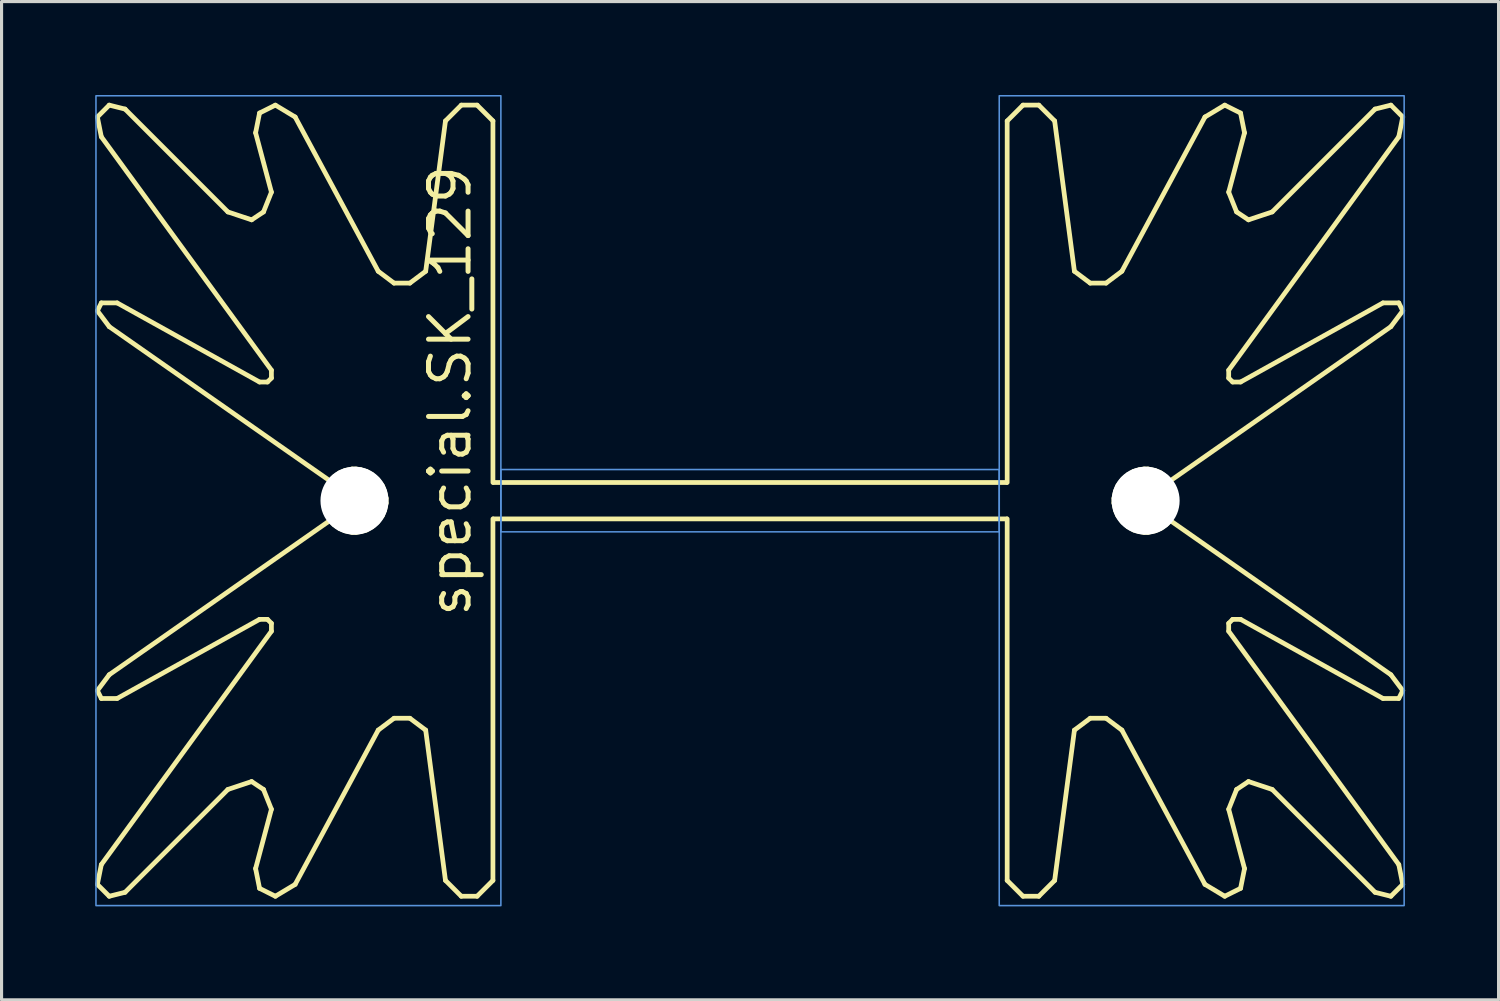
<source format=kicad_pcb>
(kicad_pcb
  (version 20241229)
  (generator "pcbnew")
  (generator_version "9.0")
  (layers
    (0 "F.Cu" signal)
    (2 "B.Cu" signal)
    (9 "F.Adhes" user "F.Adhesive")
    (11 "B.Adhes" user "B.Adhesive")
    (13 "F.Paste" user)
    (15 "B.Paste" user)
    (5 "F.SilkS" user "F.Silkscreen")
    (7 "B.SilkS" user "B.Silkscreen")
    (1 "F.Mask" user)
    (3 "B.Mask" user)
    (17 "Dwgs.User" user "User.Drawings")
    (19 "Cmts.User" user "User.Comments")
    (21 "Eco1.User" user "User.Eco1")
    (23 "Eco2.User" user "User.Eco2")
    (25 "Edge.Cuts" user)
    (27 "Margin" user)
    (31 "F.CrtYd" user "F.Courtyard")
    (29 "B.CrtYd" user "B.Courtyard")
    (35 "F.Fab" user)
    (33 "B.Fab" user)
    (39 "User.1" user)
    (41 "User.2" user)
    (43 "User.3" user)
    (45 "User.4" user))
  (footprint "special.SK_129"
    (layer "F.Cu")
    (at 21.031 13.025)
    (property "Reference" "special.SK_129" (at -8.89 3.81 90) (layer "F.SilkS") (effects (font (size 1.27 1.27) (thickness 0.16)) (justify left bottom)))
    (fp_line (start -20.955 -12.319) (end -20.828 -11.684) (stroke (width 0.152) (type default)) (layer "F.SilkS"))
    (fp_line (start -20.955 -6.096) (end -20.828 -6.35) (stroke (width 0.152) (type default)) (layer "F.SilkS"))
    (fp_line (start -20.955 -6.096) (end -20.574 -5.588) (stroke (width 0.152) (type default)) (layer "F.SilkS"))
    (fp_line (start -20.955 6.096) (end -20.828 6.35) (stroke (width 0.152) (type default)) (layer "F.SilkS"))
    (fp_line (start -20.955 6.096) (end -20.574 5.588) (stroke (width 0.152) (type default)) (layer "F.SilkS"))
    (fp_line (start -20.955 12.319) (end -20.828 11.684) (stroke (width 0.152) (type default)) (layer "F.SilkS"))
    (fp_line (start -20.828 -6.35) (end -20.32 -6.35) (stroke (width 0.152) (type default)) (layer "F.SilkS"))
    (fp_line (start -20.828 6.35) (end -20.32 6.35) (stroke (width 0.152) (type default)) (layer "F.SilkS"))
    (fp_line (start -20.574 -12.7) (end -20.955 -12.319) (stroke (width 0.152) (type default)) (layer "F.SilkS"))
    (fp_line (start -20.574 -5.588) (end -13.487 -0.635) (stroke (width 0.152) (type default)) (layer "F.SilkS"))
    (fp_line (start -20.574 5.588) (end -13.487 0.635) (stroke (width 0.152) (type default)) (layer "F.SilkS"))
    (fp_line (start -20.574 12.7) (end -20.955 12.319) (stroke (width 0.152) (type default)) (layer "F.SilkS"))
    (fp_line (start -20.066 -12.573) (end -20.574 -12.7) (stroke (width 0.152) (type default)) (layer "F.SilkS"))
    (fp_line (start -20.066 12.573) (end -20.574 12.7) (stroke (width 0.152) (type default)) (layer "F.SilkS"))
    (fp_line (start -16.764 -9.271) (end -20.066 -12.573) (stroke (width 0.152) (type default)) (layer "F.SilkS"))
    (fp_line (start -16.764 9.271) (end -20.066 12.573) (stroke (width 0.152) (type default)) (layer "F.SilkS"))
    (fp_line (start -16.002 -9.017) (end -16.764 -9.271) (stroke (width 0.152) (type default)) (layer "F.SilkS"))
    (fp_line (start -16.002 -9.017) (end -15.621 -9.271) (stroke (width 0.152) (type default)) (layer "F.SilkS"))
    (fp_line (start -16.002 9.017) (end -16.764 9.271) (stroke (width 0.152) (type default)) (layer "F.SilkS"))
    (fp_line (start -16.002 9.017) (end -15.621 9.271) (stroke (width 0.152) (type default)) (layer "F.SilkS"))
    (fp_line (start -15.748 -12.446) (end -15.875 -11.811) (stroke (width 0.152) (type default)) (layer "F.SilkS"))
    (fp_line (start -15.748 -3.81) (end -20.32 -6.35) (stroke (width 0.152) (type default)) (layer "F.SilkS"))
    (fp_line (start -15.748 -3.81) (end -15.494 -3.81) (stroke (width 0.152) (type default)) (layer "F.SilkS"))
    (fp_line (start -15.748 3.81) (end -20.32 6.35) (stroke (width 0.152) (type default)) (layer "F.SilkS"))
    (fp_line (start -15.748 3.81) (end -15.494 3.81) (stroke (width 0.152) (type default)) (layer "F.SilkS"))
    (fp_line (start -15.748 12.446) (end -15.875 11.811) (stroke (width 0.152) (type default)) (layer "F.SilkS"))
    (fp_line (start -15.621 -9.271) (end -15.367 -9.906) (stroke (width 0.152) (type default)) (layer "F.SilkS"))
    (fp_line (start -15.621 9.271) (end -15.367 9.906) (stroke (width 0.152) (type default)) (layer "F.SilkS"))
    (fp_line (start -15.494 -3.81) (end -15.367 -3.937) (stroke (width 0.152) (type default)) (layer "F.SilkS"))
    (fp_line (start -15.494 3.81) (end -15.367 3.937) (stroke (width 0.152) (type default)) (layer "F.SilkS"))
    (fp_line (start -15.367 -9.906) (end -15.875 -11.811) (stroke (width 0.152) (type default)) (layer "F.SilkS"))
    (fp_line (start -15.367 -4.191) (end -20.828 -11.684) (stroke (width 0.152) (type default)) (layer "F.SilkS"))
    (fp_line (start -15.367 -3.937) (end -15.367 -4.191) (stroke (width 0.152) (type default)) (layer "F.SilkS"))
    (fp_line (start -15.367 3.937) (end -15.367 4.191) (stroke (width 0.152) (type default)) (layer "F.SilkS"))
    (fp_line (start -15.367 4.191) (end -20.828 11.684) (stroke (width 0.152) (type default)) (layer "F.SilkS"))
    (fp_line (start -15.367 9.906) (end -15.875 11.811) (stroke (width 0.152) (type default)) (layer "F.SilkS"))
    (fp_line (start -15.24 -12.7) (end -15.748 -12.446) (stroke (width 0.152) (type default)) (layer "F.SilkS"))
    (fp_line (start -15.24 12.7) (end -15.748 12.446) (stroke (width 0.152) (type default)) (layer "F.SilkS"))
    (fp_line (start -14.605 -12.319) (end -15.24 -12.7) (stroke (width 0.152) (type default)) (layer "F.SilkS"))
    (fp_line (start -14.605 12.319) (end -15.24 12.7) (stroke (width 0.152) (type default)) (layer "F.SilkS"))
    (fp_line (start -13.487 -0.635) (end -13.36 -0.762) (stroke (width 0.152) (type default)) (layer "F.SilkS"))
    (fp_line (start -13.487 0.635) (end -13.36 0.762) (stroke (width 0.152) (type default)) (layer "F.SilkS"))
    (fp_line (start -13.36 -0.762) (end -13.183 -0.889) (stroke (width 0.152) (type default)) (layer "F.SilkS"))
    (fp_line (start -13.36 0.762) (end -13.183 0.889) (stroke (width 0.152) (type default)) (layer "F.SilkS"))
    (fp_line (start -13.183 -0.889) (end -13.005 -0.965) (stroke (width 0.152) (type default)) (layer "F.SilkS"))
    (fp_line (start -13.183 0.889) (end -13.005 0.965) (stroke (width 0.152) (type default)) (layer "F.SilkS"))
    (fp_line (start -13.005 -0.965) (end -12.776 -1.016) (stroke (width 0.152) (type default)) (layer "F.SilkS"))
    (fp_line (start -13.005 0.965) (end -12.776 1.016) (stroke (width 0.152) (type default)) (layer "F.SilkS"))
    (fp_line (start -12.776 -1.016) (end -12.649 -1.016) (stroke (width 0.152) (type default)) (layer "F.SilkS"))
    (fp_line (start -12.776 1.016) (end -12.649 1.016) (stroke (width 0.152) (type default)) (layer "F.SilkS"))
    (fp_line (start -12.649 -1.016) (end -12.497 -0.991) (stroke (width 0.152) (type default)) (layer "F.SilkS"))
    (fp_line (start -12.649 1.016) (end -12.497 0.991) (stroke (width 0.152) (type default)) (layer "F.SilkS"))
    (fp_line (start -12.497 -0.991) (end -12.319 -0.94) (stroke (width 0.152) (type default)) (layer "F.SilkS"))
    (fp_line (start -12.497 0.991) (end -12.319 0.94) (stroke (width 0.152) (type default)) (layer "F.SilkS"))
    (fp_line (start -12.319 -0.94) (end -12.141 -0.838) (stroke (width 0.152) (type default)) (layer "F.SilkS"))
    (fp_line (start -12.319 0.94) (end -12.141 0.838) (stroke (width 0.152) (type default)) (layer "F.SilkS"))
    (fp_line (start -12.141 -0.838) (end -11.963 -0.686) (stroke (width 0.152) (type default)) (layer "F.SilkS"))
    (fp_line (start -12.141 0.838) (end -11.963 0.686) (stroke (width 0.152) (type default)) (layer "F.SilkS"))
    (fp_line (start -11.963 -0.686) (end -11.811 -0.483) (stroke (width 0.152) (type default)) (layer "F.SilkS"))
    (fp_line (start -11.963 0.686) (end -11.811 0.483) (stroke (width 0.152) (type default)) (layer "F.SilkS"))
    (fp_line (start -11.938 -7.366) (end -14.605 -12.319) (stroke (width 0.152) (type default)) (layer "F.SilkS"))
    (fp_line (start -11.938 -7.366) (end -11.43 -6.985) (stroke (width 0.152) (type default)) (layer "F.SilkS"))
    (fp_line (start -11.938 7.366) (end -14.605 12.319) (stroke (width 0.152) (type default)) (layer "F.SilkS"))
    (fp_line (start -11.938 7.366) (end -11.43 6.985) (stroke (width 0.152) (type default)) (layer "F.SilkS"))
    (fp_line (start -11.811 -0.483) (end -11.735 -0.305) (stroke (width 0.152) (type default)) (layer "F.SilkS"))
    (fp_line (start -11.811 0.483) (end -11.735 0.305) (stroke (width 0.152) (type default)) (layer "F.SilkS"))
    (fp_line (start -11.735 -0.305) (end -11.684 -0.076) (stroke (width 0.152) (type default)) (layer "F.SilkS"))
    (fp_line (start -11.735 0.305) (end -11.684 0.076) (stroke (width 0.152) (type default)) (layer "F.SilkS"))
    (fp_line (start -11.684 0.076) (end -11.684 -0.076) (stroke (width 0.152) (type default)) (layer "F.SilkS"))
    (fp_line (start -11.43 -6.985) (end -10.922 -6.985) (stroke (width 0.152) (type default)) (layer "F.SilkS"))
    (fp_line (start -11.43 6.985) (end -10.922 6.985) (stroke (width 0.152) (type default)) (layer "F.SilkS"))
    (fp_line (start -10.922 -6.985) (end -10.414 -7.366) (stroke (width 0.152) (type default)) (layer "F.SilkS"))
    (fp_line (start -10.922 6.985) (end -10.414 7.366) (stroke (width 0.152) (type default)) (layer "F.SilkS"))
    (fp_line (start -10.414 -7.366) (end -9.779 -12.192) (stroke (width 0.152) (type default)) (layer "F.SilkS"))
    (fp_line (start -10.414 7.366) (end -9.779 12.192) (stroke (width 0.152) (type default)) (layer "F.SilkS"))
    (fp_line (start -9.271 -12.7) (end -9.779 -12.192) (stroke (width 0.152) (type default)) (layer "F.SilkS"))
    (fp_line (start -9.271 -12.7) (end -8.763 -12.7) (stroke (width 0.152) (type default)) (layer "F.SilkS"))
    (fp_line (start -9.271 12.7) (end -9.779 12.192) (stroke (width 0.152) (type default)) (layer "F.SilkS"))
    (fp_line (start -9.271 12.7) (end -8.763 12.7) (stroke (width 0.152) (type default)) (layer "F.SilkS"))
    (fp_line (start -8.763 -12.7) (end -8.255 -12.192) (stroke (width 0.152) (type default)) (layer "F.SilkS"))
    (fp_line (start -8.763 12.7) (end -8.255 12.192) (stroke (width 0.152) (type default)) (layer "F.SilkS"))
    (fp_line (start -8.255 -0.584) (end -8.255 -12.192) (stroke (width 0.152) (type default)) (layer "F.SilkS"))
    (fp_line (start -8.255 0.584) (end -8.255 12.192) (stroke (width 0.152) (type default)) (layer "F.SilkS"))
    (fp_line (start 8.255 -0.584) (end 8.255 -12.192) (stroke (width 0.152) (type default)) (layer "F.SilkS"))
    (fp_line (start 8.255 0.584) (end 8.255 12.192) (stroke (width 0.152) (type default)) (layer "F.SilkS"))
    (fp_line (start 8.763 -12.7) (end 8.255 -12.192) (stroke (width 0.152) (type default)) (layer "F.SilkS"))
    (fp_line (start 8.763 12.7) (end 8.255 12.192) (stroke (width 0.152) (type default)) (layer "F.SilkS"))
    (fp_line (start 9.271 -12.7) (end 8.763 -12.7) (stroke (width 0.152) (type default)) (layer "F.SilkS"))
    (fp_line (start 9.271 -12.7) (end 9.779 -12.192) (stroke (width 0.152) (type default)) (layer "F.SilkS"))
    (fp_line (start 9.271 12.7) (end 8.763 12.7) (stroke (width 0.152) (type default)) (layer "F.SilkS"))
    (fp_line (start 9.271 12.7) (end 9.779 12.192) (stroke (width 0.152) (type default)) (layer "F.SilkS"))
    (fp_line (start 10.414 -7.366) (end 9.779 -12.192) (stroke (width 0.152) (type default)) (layer "F.SilkS"))
    (fp_line (start 10.414 7.366) (end 9.779 12.192) (stroke (width 0.152) (type default)) (layer "F.SilkS"))
    (fp_line (start 10.922 -6.985) (end 10.414 -7.366) (stroke (width 0.152) (type default)) (layer "F.SilkS"))
    (fp_line (start 10.922 6.985) (end 10.414 7.366) (stroke (width 0.152) (type default)) (layer "F.SilkS"))
    (fp_line (start 11.43 -6.985) (end 10.922 -6.985) (stroke (width 0.152) (type default)) (layer "F.SilkS"))
    (fp_line (start 11.43 6.985) (end 10.922 6.985) (stroke (width 0.152) (type default)) (layer "F.SilkS"))
    (fp_line (start 11.684 -0.076) (end 11.684 0.076) (stroke (width 0.152) (type default)) (layer "F.SilkS"))
    (fp_line (start 11.735 -0.305) (end 11.684 -0.076) (stroke (width 0.152) (type default)) (layer "F.SilkS"))
    (fp_line (start 11.735 0.305) (end 11.684 0.076) (stroke (width 0.152) (type default)) (layer "F.SilkS"))
    (fp_line (start 11.811 -0.483) (end 11.735 -0.305) (stroke (width 0.152) (type default)) (layer "F.SilkS"))
    (fp_line (start 11.811 0.483) (end 11.735 0.305) (stroke (width 0.152) (type default)) (layer "F.SilkS"))
    (fp_line (start 11.938 -7.366) (end 11.43 -6.985) (stroke (width 0.152) (type default)) (layer "F.SilkS"))
    (fp_line (start 11.938 -7.366) (end 14.605 -12.319) (stroke (width 0.152) (type default)) (layer "F.SilkS"))
    (fp_line (start 11.938 7.366) (end 11.43 6.985) (stroke (width 0.152) (type default)) (layer "F.SilkS"))
    (fp_line (start 11.938 7.366) (end 14.605 12.319) (stroke (width 0.152) (type default)) (layer "F.SilkS"))
    (fp_line (start 11.963 -0.686) (end 11.811 -0.483) (stroke (width 0.152) (type default)) (layer "F.SilkS"))
    (fp_line (start 11.963 0.686) (end 11.811 0.483) (stroke (width 0.152) (type default)) (layer "F.SilkS"))
    (fp_line (start 12.141 -0.838) (end 11.963 -0.686) (stroke (width 0.152) (type default)) (layer "F.SilkS"))
    (fp_line (start 12.141 0.838) (end 11.963 0.686) (stroke (width 0.152) (type default)) (layer "F.SilkS"))
    (fp_line (start 12.319 -0.94) (end 12.141 -0.838) (stroke (width 0.152) (type default)) (layer "F.SilkS"))
    (fp_line (start 12.319 0.94) (end 12.141 0.838) (stroke (width 0.152) (type default)) (layer "F.SilkS"))
    (fp_line (start 12.497 -0.991) (end 12.319 -0.94) (stroke (width 0.152) (type default)) (layer "F.SilkS"))
    (fp_line (start 12.497 0.991) (end 12.319 0.94) (stroke (width 0.152) (type default)) (layer "F.SilkS"))
    (fp_line (start 12.649 -1.016) (end 12.497 -0.991) (stroke (width 0.152) (type default)) (layer "F.SilkS"))
    (fp_line (start 12.649 1.016) (end 12.497 0.991) (stroke (width 0.152) (type default)) (layer "F.SilkS"))
    (fp_line (start 12.776 -1.016) (end 12.649 -1.016) (stroke (width 0.152) (type default)) (layer "F.SilkS"))
    (fp_line (start 12.776 1.016) (end 12.649 1.016) (stroke (width 0.152) (type default)) (layer "F.SilkS"))
    (fp_line (start 13.005 -0.965) (end 12.776 -1.016) (stroke (width 0.152) (type default)) (layer "F.SilkS"))
    (fp_line (start 13.005 0.965) (end 12.776 1.016) (stroke (width 0.152) (type default)) (layer "F.SilkS"))
    (fp_line (start 13.183 -0.889) (end 13.005 -0.965) (stroke (width 0.152) (type default)) (layer "F.SilkS"))
    (fp_line (start 13.183 0.889) (end 13.005 0.965) (stroke (width 0.152) (type default)) (layer "F.SilkS"))
    (fp_line (start 13.36 -0.762) (end 13.183 -0.889) (stroke (width 0.152) (type default)) (layer "F.SilkS"))
    (fp_line (start 13.36 0.762) (end 13.183 0.889) (stroke (width 0.152) (type default)) (layer "F.SilkS"))
    (fp_line (start 13.487 -0.635) (end 13.36 -0.762) (stroke (width 0.152) (type default)) (layer "F.SilkS"))
    (fp_line (start 13.487 0.635) (end 13.36 0.762) (stroke (width 0.152) (type default)) (layer "F.SilkS"))
    (fp_line (start 14.605 -12.319) (end 15.24 -12.7) (stroke (width 0.152) (type default)) (layer "F.SilkS"))
    (fp_line (start 14.605 12.319) (end 15.24 12.7) (stroke (width 0.152) (type default)) (layer "F.SilkS"))
    (fp_line (start 15.24 -12.7) (end 15.748 -12.446) (stroke (width 0.152) (type default)) (layer "F.SilkS"))
    (fp_line (start 15.24 12.7) (end 15.748 12.446) (stroke (width 0.152) (type default)) (layer "F.SilkS"))
    (fp_line (start 15.367 -9.906) (end 15.875 -11.811) (stroke (width 0.152) (type default)) (layer "F.SilkS"))
    (fp_line (start 15.367 -4.191) (end 20.828 -11.684) (stroke (width 0.152) (type default)) (layer "F.SilkS"))
    (fp_line (start 15.367 -3.937) (end 15.367 -4.191) (stroke (width 0.152) (type default)) (layer "F.SilkS"))
    (fp_line (start 15.367 3.937) (end 15.367 4.191) (stroke (width 0.152) (type default)) (layer "F.SilkS"))
    (fp_line (start 15.367 4.191) (end 20.828 11.684) (stroke (width 0.152) (type default)) (layer "F.SilkS"))
    (fp_line (start 15.367 9.906) (end 15.875 11.811) (stroke (width 0.152) (type default)) (layer "F.SilkS"))
    (fp_line (start 15.494 -3.81) (end 15.367 -3.937) (stroke (width 0.152) (type default)) (layer "F.SilkS"))
    (fp_line (start 15.494 3.81) (end 15.367 3.937) (stroke (width 0.152) (type default)) (layer "F.SilkS"))
    (fp_line (start 15.621 -9.271) (end 15.367 -9.906) (stroke (width 0.152) (type default)) (layer "F.SilkS"))
    (fp_line (start 15.621 9.271) (end 15.367 9.906) (stroke (width 0.152) (type default)) (layer "F.SilkS"))
    (fp_line (start 15.748 -12.446) (end 15.875 -11.811) (stroke (width 0.152) (type default)) (layer "F.SilkS"))
    (fp_line (start 15.748 -3.81) (end 15.494 -3.81) (stroke (width 0.152) (type default)) (layer "F.SilkS"))
    (fp_line (start 15.748 -3.81) (end 20.32 -6.35) (stroke (width 0.152) (type default)) (layer "F.SilkS"))
    (fp_line (start 15.748 3.81) (end 15.494 3.81) (stroke (width 0.152) (type default)) (layer "F.SilkS"))
    (fp_line (start 15.748 3.81) (end 20.32 6.35) (stroke (width 0.152) (type default)) (layer "F.SilkS"))
    (fp_line (start 15.748 12.446) (end 15.875 11.811) (stroke (width 0.152) (type default)) (layer "F.SilkS"))
    (fp_line (start 16.002 -9.017) (end 15.621 -9.271) (stroke (width 0.152) (type default)) (layer "F.SilkS"))
    (fp_line (start 16.002 -9.017) (end 16.764 -9.271) (stroke (width 0.152) (type default)) (layer "F.SilkS"))
    (fp_line (start 16.002 9.017) (end 15.621 9.271) (stroke (width 0.152) (type default)) (layer "F.SilkS"))
    (fp_line (start 16.002 9.017) (end 16.764 9.271) (stroke (width 0.152) (type default)) (layer "F.SilkS"))
    (fp_line (start 16.764 -9.271) (end 20.066 -12.573) (stroke (width 0.152) (type default)) (layer "F.SilkS"))
    (fp_line (start 16.764 9.271) (end 20.066 12.573) (stroke (width 0.152) (type default)) (layer "F.SilkS"))
    (fp_line (start 20.066 -12.573) (end 20.574 -12.7) (stroke (width 0.152) (type default)) (layer "F.SilkS"))
    (fp_line (start 20.066 12.573) (end 20.574 12.7) (stroke (width 0.152) (type default)) (layer "F.SilkS"))
    (fp_line (start 20.574 -12.7) (end 20.955 -12.319) (stroke (width 0.152) (type default)) (layer "F.SilkS"))
    (fp_line (start 20.574 -5.588) (end 13.487 -0.635) (stroke (width 0.152) (type default)) (layer "F.SilkS"))
    (fp_line (start 20.574 5.588) (end 13.487 0.635) (stroke (width 0.152) (type default)) (layer "F.SilkS"))
    (fp_line (start 20.574 12.7) (end 20.955 12.319) (stroke (width 0.152) (type default)) (layer "F.SilkS"))
    (fp_line (start 20.828 -6.35) (end 20.32 -6.35) (stroke (width 0.152) (type default)) (layer "F.SilkS"))
    (fp_line (start 20.828 6.35) (end 20.32 6.35) (stroke (width 0.152) (type default)) (layer "F.SilkS"))
    (fp_line (start 20.955 -12.319) (end 20.828 -11.684) (stroke (width 0.152) (type default)) (layer "F.SilkS"))
    (fp_line (start 20.955 -6.096) (end 20.574 -5.588) (stroke (width 0.152) (type default)) (layer "F.SilkS"))
    (fp_line (start 20.955 -6.096) (end 20.828 -6.35) (stroke (width 0.152) (type default)) (layer "F.SilkS"))
    (fp_line (start 20.955 6.096) (end 20.574 5.588) (stroke (width 0.152) (type default)) (layer "F.SilkS"))
    (fp_line (start 20.955 6.096) (end 20.828 6.35) (stroke (width 0.152) (type default)) (layer "F.SilkS"))
    (fp_line (start 20.955 12.319) (end 20.828 11.684) (stroke (width 0.152) (type default)) (layer "F.SilkS"))
    (fp_rect (start -8.255 -0.533) (end 8.255 -0.635) (stroke (width 0.05) (type default)) (fill yes) (layer "F.SilkS"))
    (fp_rect (start -8.255 0.635) (end 8.255 0.533) (stroke (width 0.05) (type default)) (fill yes) (layer "F.SilkS"))
    (fp_rect (start -21 13) (end -8 -13) (stroke (width 0.05) (type default)) (fill no) (layer "Cmts.User"))
    (fp_rect (start -8 1) (end 8 -1) (stroke (width 0.05) (type default)) (fill no) (layer "Cmts.User"))
    (fp_rect (start 8 13) (end 21 -13) (stroke (width 0.05) (type default)) (fill no) (layer "Cmts.User"))
    (pad "" np_thru_hole circle (at -12.7 0) (size 2.184 2.184) (drill 2.184) (layers "*.Cu" "*.Mask"))
    (pad "" np_thru_hole circle (at 12.7 0) (size 2.184 2.184) (drill 2.184) (layers "*.Cu" "*.Mask")))
  (gr_rect
    (start -3 -3)
    (end 45.062 29.05)
    (stroke (width 0.1) (type default))
    (fill no)
    (layer "Edge.Cuts")))
</source>
